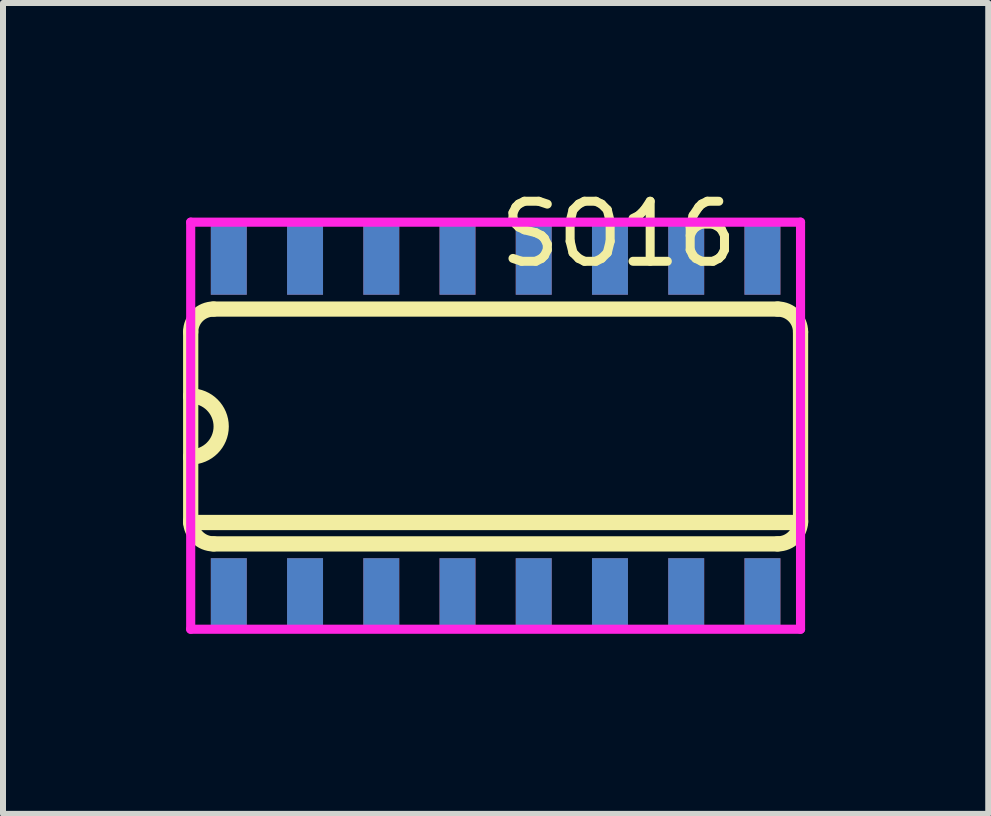
<source format=kicad_pcb>
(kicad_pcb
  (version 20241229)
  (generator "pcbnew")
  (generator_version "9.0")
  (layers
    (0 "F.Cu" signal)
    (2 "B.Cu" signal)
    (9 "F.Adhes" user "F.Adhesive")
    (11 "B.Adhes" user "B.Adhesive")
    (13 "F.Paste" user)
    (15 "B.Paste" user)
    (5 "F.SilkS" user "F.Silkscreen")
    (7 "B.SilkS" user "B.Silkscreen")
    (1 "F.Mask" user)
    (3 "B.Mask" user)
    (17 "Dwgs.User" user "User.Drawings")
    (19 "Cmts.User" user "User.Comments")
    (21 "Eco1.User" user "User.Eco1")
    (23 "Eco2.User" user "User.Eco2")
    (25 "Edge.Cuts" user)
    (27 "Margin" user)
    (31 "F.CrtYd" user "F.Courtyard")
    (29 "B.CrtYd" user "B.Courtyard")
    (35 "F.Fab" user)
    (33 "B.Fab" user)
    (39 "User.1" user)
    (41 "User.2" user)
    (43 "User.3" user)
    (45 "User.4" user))
  (footprint "SO16"
    (layer "F.Cu")
    (at 5.207 4.055)
    (property "Reference" "SO16" (at 0 -3.207 0) (layer "F.SilkS") (effects (font (size 1 1) (thickness 0.15)) (justify left)))
    (attr through_hole)
    (fp_line (start -5.08 -1.575) (end -5.08 -0.508) (stroke (width 0.254) (type solid)) (layer "F.SilkS"))
    (fp_line (start -5.08 -0.508) (end -5.08 0.508) (stroke (width 0.254) (type solid)) (layer "F.SilkS"))
    (fp_line (start -5.08 0.508) (end -5.08 1.575) (stroke (width 0.254) (type solid)) (layer "F.SilkS"))
    (fp_line (start -5.08 1.6) (end 5.08 1.6) (stroke (width 0.254) (type solid)) (layer "F.SilkS"))
    (fp_line (start -4.699 1.956) (end 4.699 1.956) (stroke (width 0.254) (type solid)) (layer "F.SilkS"))
    (fp_line (start 4.699 -1.956) (end -4.699 -1.956) (stroke (width 0.254) (type solid)) (layer "F.SilkS"))
    (fp_line (start 5.08 1.575) (end 5.08 -1.575) (stroke (width 0.254) (type solid)) (layer "F.SilkS"))
    (fp_arc (start -5.08 -1.575) (mid -4.968408 -1.844408) (end -4.699 -1.956) (stroke (width 0.254) (type solid)) (layer "F.SilkS"))
    (fp_arc (start -5.08 -0.508) (mid -4.572 0) (end -5.08 0.508) (stroke (width 0.254) (type solid)) (layer "F.SilkS"))
    (fp_arc (start -4.699 1.956) (mid -4.968408 1.844408) (end -5.08 1.575) (stroke (width 0.254) (type solid)) (layer "F.SilkS"))
    (fp_arc (start 4.699 -1.956) (mid 4.968408 -1.844408) (end 5.08 -1.575) (stroke (width 0.254) (type solid)) (layer "F.SilkS"))
    (fp_arc (start 5.08 1.575) (mid 4.968408 1.844408) (end 4.699 1.956) (stroke (width 0.254) (type solid)) (layer "F.SilkS"))
    (fp_line (start -5.08 -3.404) (end 5.08 -3.404) (stroke (width 0.152) (type solid)) (layer "F.CrtYd"))
    (fp_line (start -5.08 3.378) (end -5.08 -3.404) (stroke (width 0.152) (type solid)) (layer "F.CrtYd"))
    (fp_line (start 5.08 -3.404) (end 5.08 3.378) (stroke (width 0.152) (type solid)) (layer "F.CrtYd"))
    (fp_line (start 5.08 3.378) (end -5.08 3.378) (stroke (width 0.152) (type solid)) (layer "F.CrtYd"))
    (pad "1" thru_hole rect (at -4.445 2.794) (size 0.599 1.199) (layers "F.Cu" "F.Mask" "F.Paste"))
    (pad "2" thru_hole rect (at -3.175 2.794) (size 0.599 1.199) (layers "F.Cu" "F.Mask" "F.Paste"))
    (pad "3" thru_hole rect (at -1.905 2.794) (size 0.599 1.199) (layers "F.Cu" "F.Mask" "F.Paste"))
    (pad "4" thru_hole rect (at -0.635 2.794) (size 0.599 1.199) (layers "F.Cu" "F.Mask" "F.Paste"))
    (pad "5" thru_hole rect (at 0.635 2.794) (size 0.599 1.199) (layers "F.Cu" "F.Mask" "F.Paste"))
    (pad "6" thru_hole rect (at 1.905 2.794) (size 0.599 1.199) (layers "F.Cu" "F.Mask" "F.Paste"))
    (pad "7" thru_hole rect (at 3.175 2.794) (size 0.599 1.199) (layers "F.Cu" "F.Mask" "F.Paste"))
    (pad "8" thru_hole rect (at 4.445 2.794) (size 0.599 1.199) (layers "F.Cu" "F.Mask" "F.Paste"))
    (pad "9" thru_hole rect (at 4.445 -2.794) (size 0.599 1.199) (layers "F.Cu" "F.Mask" "F.Paste"))
    (pad "10" thru_hole rect (at 3.175 -2.794) (size 0.599 1.199) (layers "F.Cu" "F.Mask" "F.Paste"))
    (pad "11" thru_hole rect (at 1.905 -2.794) (size 0.599 1.199) (layers "F.Cu" "F.Mask" "F.Paste"))
    (pad "12" thru_hole rect (at 0.635 -2.794) (size 0.599 1.199) (layers "F.Cu" "F.Mask" "F.Paste"))
    (pad "13" thru_hole rect (at -0.635 -2.794) (size 0.599 1.199) (layers "F.Cu" "F.Mask" "F.Paste"))
    (pad "14" thru_hole rect (at -1.905 -2.794) (size 0.599 1.199) (layers "F.Cu" "F.Mask" "F.Paste"))
    (pad "15" thru_hole rect (at -3.175 -2.794) (size 0.599 1.199) (layers "F.Cu" "F.Mask" "F.Paste"))
    (pad "16" thru_hole rect (at -4.445 -2.794) (size 0.599 1.199) (layers "F.Cu" "F.Mask" "F.Paste")))
  (gr_rect
    (start -3 -3)
    (end 13.414 10.509)
    (stroke (width 0.1) (type default))
    (fill no)
    (layer "Edge.Cuts")))
</source>
